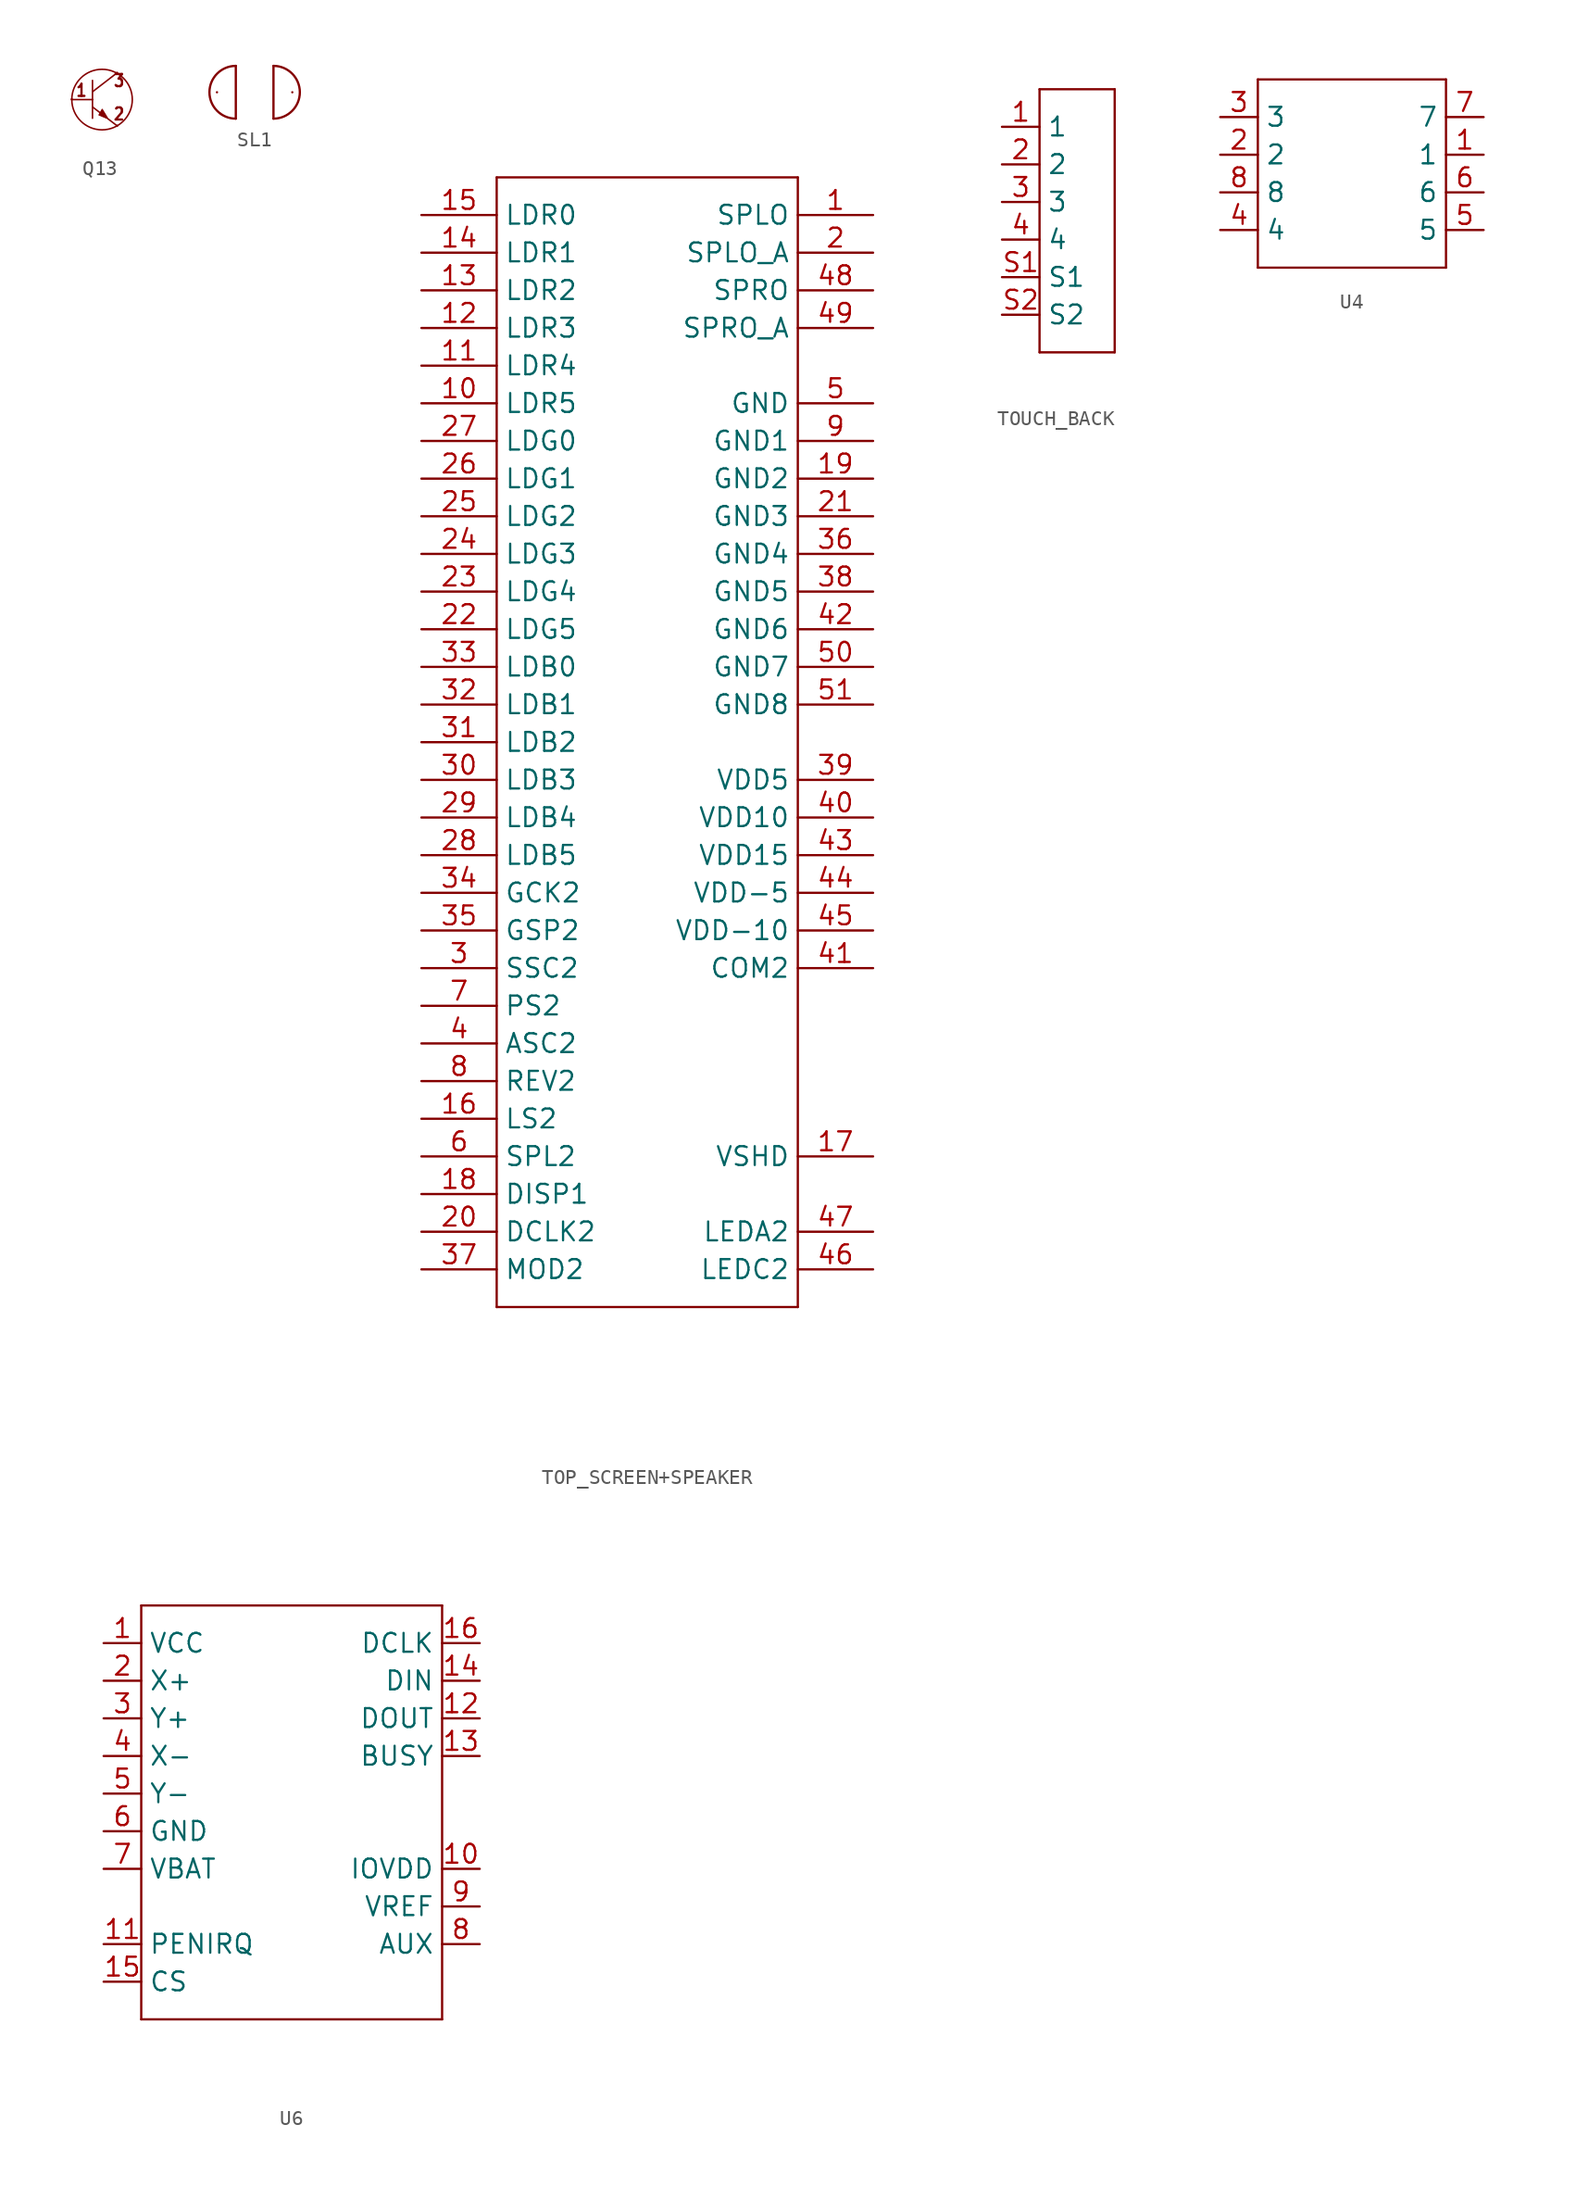
<source format=kicad_sym>
(kicad_symbol_lib
  (version 20231120)
  (generator "kicad_symbol_editor")
  (generator_version "8.0")
  (symbol "Q13"
    (property "Reference" ""
      (at -1.459 2.131 0)
      (effects (font (size 1.016 0.864)) (justify left bottom) (hide yes)))
    (property "Value" ""
      (at -1.79 -3.102 0)
      (effects (font (size 1.016 0.864)) (justify left bottom)))
    (property "ki_locked" ""
      (at 0 0 0)
      (effects (font (size 1.27 1.27))))
    (symbol "Q13_1_0"
      (polyline (pts (xy -0.635 -0.508) (xy -0.635 -1.27)) (stroke (width 0.102) (type solid)) (fill (type none)))
      (polyline (pts (xy -0.635 -0.508) (xy 1.016 -1.778)) (stroke (width 0.102) (type solid)) (fill (type none)))
      (polyline (pts (xy -0.635 -0.016) (xy -1.981 -0.016)) (stroke (width 0.102) (type solid)) (fill (type none)))
      (polyline (pts (xy -0.635 -0.016) (xy -0.635 -0.508)) (stroke (width 0.102) (type solid)) (fill (type none)))
      (polyline (pts (xy -0.635 0.508) (xy -0.635 -0.016)) (stroke (width 0.102) (type solid)) (fill (type none)))
      (polyline (pts (xy -0.635 0.508) (xy 1.016 1.778)) (stroke (width 0.102) (type solid)) (fill (type none)))
      (polyline (pts (xy -0.635 1.27) (xy -0.635 0.508)) (stroke (width 0.102) (type solid)) (fill (type none)))
      (polyline (pts (xy 0.361 -1.234) (xy 0.017 -0.67) (xy -0.202 -1.05) (xy 0.321 -1.265) (xy 0.357 -1.252)) (stroke (width 0.076) (type solid)) (fill (type outline)))
      (circle (center 0.007 -0.016) (radius 2.032) (stroke (width 0.102) (type solid)) (fill (type none)))
      (text "1" (at -1.804 0.125 0) (effects (font (size 0.813 0.691)) (justify left bottom)))
      (text "2" (at 0.722 -1.461 0) (effects (font (size 0.813 0.691)) (justify left bottom)))
      (text "3" (at 0.722 0.779 0) (effects (font (size 0.813 0.691)) (justify left bottom)))
      (pin bidirectional line (at -2.032 0 0) (length 0) (name "1" (effects (font (size 0 0)))) (number "1" (effects (font (size 0 0)))))
      (pin bidirectional line (at 1.016 -1.778 0) (length 0) (name "2" (effects (font (size 0 0)))) (number "2" (effects (font (size 0 0)))))
      (pin bidirectional line (at 1.016 1.778 0) (length 0) (name "3" (effects (font (size 0 0)))) (number "3" (effects (font (size 0 0)))))))
  (symbol "SL1"
    (property "Reference" ""
      (at -1.309 0.493 0)
      (effects (font (size 1.016 0.864)) (justify left bottom) (hide yes)))
    (property "ki_locked" ""
      (at 0 0 0)
      (effects (font (size 1.27 1.27))))
    (symbol "SL1_1_0"
      (arc (start -1.2698 1.778) (mid -3.0479 0.0001) (end -1.27 -1.778) (stroke (width 0.1524) (type solid)) (fill (type none)))
      (polyline (pts (xy -1.27 -1.778) (xy -1.27 1.778)) (stroke (width 0.152) (type solid)) (fill (type none)))
      (polyline (pts (xy 1.27 1.778) (xy 1.27 -1.778)) (stroke (width 0.152) (type solid)) (fill (type none)))
      (arc (start 1.2698 -1.778) (mid 3.0479 -0.0001) (end 1.27 1.778) (stroke (width 0.1524) (type solid)) (fill (type none)))
      (pin bidirectional line (at -2.54 0 0) (length 0) (name "P$1" (effects (font (size 0 0)))) (number "P$1" (effects (font (size 0 0)))))
      (pin bidirectional line (at 2.54 0 0) (length 0) (name "P$2" (effects (font (size 0 0)))) (number "P$2" (effects (font (size 0 0)))))))
  (symbol "TOP_SCREEN+SPEAKER"
    (property "Reference" ""
      (at -7.62 63.5 0)
      (effects (font (size 1.778 1.511)) (justify left bottom) (hide yes)))
    (property "Value" ""
      (at -7.62 -15.24 0)
      (effects (font (size 1.778 1.511)) (justify left bottom)))
    (property "ki_locked" ""
      (at 0 0 0)
      (effects (font (size 1.27 1.27))))
    (symbol "TOP_SCREEN+SPEAKER_1_0"
      (polyline (pts (xy -7.62 -12.7) (xy 12.7 -12.7)) (stroke (width 0.152) (type solid)) (fill (type none)))
      (polyline (pts (xy -7.62 63.5) (xy -7.62 -12.7)) (stroke (width 0.152) (type solid)) (fill (type none)))
      (polyline (pts (xy 12.7 -12.7) (xy 12.7 63.5)) (stroke (width 0.152) (type solid)) (fill (type none)))
      (polyline (pts (xy 12.7 63.5) (xy -7.62 63.5)) (stroke (width 0.152) (type solid)) (fill (type none)))
      (pin bidirectional line (at 17.78 60.96 180) (length 5.08) (name "SPLO" (effects (font (size 1.27 1.27)))) (number "1" (effects (font (size 1.27 1.27)))))
      (pin bidirectional line (at -12.7 48.26 0) (length 5.08) (name "LDR5" (effects (font (size 1.27 1.27)))) (number "10" (effects (font (size 1.27 1.27)))))
      (pin bidirectional line (at -12.7 50.8 0) (length 5.08) (name "LDR4" (effects (font (size 1.27 1.27)))) (number "11" (effects (font (size 1.27 1.27)))))
      (pin bidirectional line (at -12.7 53.34 0) (length 5.08) (name "LDR3" (effects (font (size 1.27 1.27)))) (number "12" (effects (font (size 1.27 1.27)))))
      (pin bidirectional line (at -12.7 55.88 0) (length 5.08) (name "LDR2" (effects (font (size 1.27 1.27)))) (number "13" (effects (font (size 1.27 1.27)))))
      (pin bidirectional line (at -12.7 58.42 0) (length 5.08) (name "LDR1" (effects (font (size 1.27 1.27)))) (number "14" (effects (font (size 1.27 1.27)))))
      (pin bidirectional line (at -12.7 60.96 0) (length 5.08) (name "LDR0" (effects (font (size 1.27 1.27)))) (number "15" (effects (font (size 1.27 1.27)))))
      (pin bidirectional line (at -12.7 0 0) (length 5.08) (name "LS2" (effects (font (size 1.27 1.27)))) (number "16" (effects (font (size 1.27 1.27)))))
      (pin bidirectional line (at 17.78 -2.54 180) (length 5.08) (name "VSHD" (effects (font (size 1.27 1.27)))) (number "17" (effects (font (size 1.27 1.27)))))
      (pin bidirectional line (at -12.7 -5.08 0) (length 5.08) (name "DISP1" (effects (font (size 1.27 1.27)))) (number "18" (effects (font (size 1.27 1.27)))))
      (pin bidirectional line (at 17.78 43.18 180) (length 5.08) (name "GND2" (effects (font (size 1.27 1.27)))) (number "19" (effects (font (size 1.27 1.27)))))
      (pin bidirectional line (at 17.78 58.42 180) (length 5.08) (name "SPLO_A" (effects (font (size 1.27 1.27)))) (number "2" (effects (font (size 1.27 1.27)))))
      (pin bidirectional line (at -12.7 -7.62 0) (length 5.08) (name "DCLK2" (effects (font (size 1.27 1.27)))) (number "20" (effects (font (size 1.27 1.27)))))
      (pin bidirectional line (at 17.78 40.64 180) (length 5.08) (name "GND3" (effects (font (size 1.27 1.27)))) (number "21" (effects (font (size 1.27 1.27)))))
      (pin bidirectional line (at -12.7 33.02 0) (length 5.08) (name "LDG5" (effects (font (size 1.27 1.27)))) (number "22" (effects (font (size 1.27 1.27)))))
      (pin bidirectional line (at -12.7 35.56 0) (length 5.08) (name "LDG4" (effects (font (size 1.27 1.27)))) (number "23" (effects (font (size 1.27 1.27)))))
      (pin bidirectional line (at -12.7 38.1 0) (length 5.08) (name "LDG3" (effects (font (size 1.27 1.27)))) (number "24" (effects (font (size 1.27 1.27)))))
      (pin bidirectional line (at -12.7 40.64 0) (length 5.08) (name "LDG2" (effects (font (size 1.27 1.27)))) (number "25" (effects (font (size 1.27 1.27)))))
      (pin bidirectional line (at -12.7 43.18 0) (length 5.08) (name "LDG1" (effects (font (size 1.27 1.27)))) (number "26" (effects (font (size 1.27 1.27)))))
      (pin bidirectional line (at -12.7 45.72 0) (length 5.08) (name "LDG0" (effects (font (size 1.27 1.27)))) (number "27" (effects (font (size 1.27 1.27)))))
      (pin bidirectional line (at -12.7 17.78 0) (length 5.08) (name "LDB5" (effects (font (size 1.27 1.27)))) (number "28" (effects (font (size 1.27 1.27)))))
      (pin bidirectional line (at -12.7 20.32 0) (length 5.08) (name "LDB4" (effects (font (size 1.27 1.27)))) (number "29" (effects (font (size 1.27 1.27)))))
      (pin bidirectional line (at -12.7 10.16 0) (length 5.08) (name "SSC2" (effects (font (size 1.27 1.27)))) (number "3" (effects (font (size 1.27 1.27)))))
      (pin bidirectional line (at -12.7 22.86 0) (length 5.08) (name "LDB3" (effects (font (size 1.27 1.27)))) (number "30" (effects (font (size 1.27 1.27)))))
      (pin bidirectional line (at -12.7 25.4 0) (length 5.08) (name "LDB2" (effects (font (size 1.27 1.27)))) (number "31" (effects (font (size 1.27 1.27)))))
      (pin bidirectional line (at -12.7 27.94 0) (length 5.08) (name "LDB1" (effects (font (size 1.27 1.27)))) (number "32" (effects (font (size 1.27 1.27)))))
      (pin bidirectional line (at -12.7 30.48 0) (length 5.08) (name "LDB0" (effects (font (size 1.27 1.27)))) (number "33" (effects (font (size 1.27 1.27)))))
      (pin bidirectional line (at -12.7 15.24 0) (length 5.08) (name "GCK2" (effects (font (size 1.27 1.27)))) (number "34" (effects (font (size 1.27 1.27)))))
      (pin bidirectional line (at -12.7 12.7 0) (length 5.08) (name "GSP2" (effects (font (size 1.27 1.27)))) (number "35" (effects (font (size 1.27 1.27)))))
      (pin bidirectional line (at 17.78 38.1 180) (length 5.08) (name "GND4" (effects (font (size 1.27 1.27)))) (number "36" (effects (font (size 1.27 1.27)))))
      (pin bidirectional line (at -12.7 -10.16 0) (length 5.08) (name "MOD2" (effects (font (size 1.27 1.27)))) (number "37" (effects (font (size 1.27 1.27)))))
      (pin bidirectional line (at 17.78 35.56 180) (length 5.08) (name "GND5" (effects (font (size 1.27 1.27)))) (number "38" (effects (font (size 1.27 1.27)))))
      (pin bidirectional line (at 17.78 22.86 180) (length 5.08) (name "VDD5" (effects (font (size 1.27 1.27)))) (number "39" (effects (font (size 1.27 1.27)))))
      (pin bidirectional line (at -12.7 5.08 0) (length 5.08) (name "ASC2" (effects (font (size 1.27 1.27)))) (number "4" (effects (font (size 1.27 1.27)))))
      (pin bidirectional line (at 17.78 20.32 180) (length 5.08) (name "VDD10" (effects (font (size 1.27 1.27)))) (number "40" (effects (font (size 1.27 1.27)))))
      (pin bidirectional line (at 17.78 10.16 180) (length 5.08) (name "COM2" (effects (font (size 1.27 1.27)))) (number "41" (effects (font (size 1.27 1.27)))))
      (pin bidirectional line (at 17.78 33.02 180) (length 5.08) (name "GND6" (effects (font (size 1.27 1.27)))) (number "42" (effects (font (size 1.27 1.27)))))
      (pin bidirectional line (at 17.78 17.78 180) (length 5.08) (name "VDD15" (effects (font (size 1.27 1.27)))) (number "43" (effects (font (size 1.27 1.27)))))
      (pin bidirectional line (at 17.78 15.24 180) (length 5.08) (name "VDD-5" (effects (font (size 1.27 1.27)))) (number "44" (effects (font (size 1.27 1.27)))))
      (pin bidirectional line (at 17.78 12.7 180) (length 5.08) (name "VDD-10" (effects (font (size 1.27 1.27)))) (number "45" (effects (font (size 1.27 1.27)))))
      (pin bidirectional line (at 17.78 -10.16 180) (length 5.08) (name "LEDC2" (effects (font (size 1.27 1.27)))) (number "46" (effects (font (size 1.27 1.27)))))
      (pin bidirectional line (at 17.78 -7.62 180) (length 5.08) (name "LEDA2" (effects (font (size 1.27 1.27)))) (number "47" (effects (font (size 1.27 1.27)))))
      (pin bidirectional line (at 17.78 55.88 180) (length 5.08) (name "SPRO" (effects (font (size 1.27 1.27)))) (number "48" (effects (font (size 1.27 1.27)))))
      (pin bidirectional line (at 17.78 53.34 180) (length 5.08) (name "SPRO_A" (effects (font (size 1.27 1.27)))) (number "49" (effects (font (size 1.27 1.27)))))
      (pin bidirectional line (at 17.78 48.26 180) (length 5.08) (name "GND" (effects (font (size 1.27 1.27)))) (number "5" (effects (font (size 1.27 1.27)))))
      (pin bidirectional line (at 17.78 30.48 180) (length 5.08) (name "GND7" (effects (font (size 1.27 1.27)))) (number "50" (effects (font (size 1.27 1.27)))))
      (pin bidirectional line (at 17.78 27.94 180) (length 5.08) (name "GND8" (effects (font (size 1.27 1.27)))) (number "51" (effects (font (size 1.27 1.27)))))
      (pin bidirectional line (at -12.7 -2.54 0) (length 5.08) (name "SPL2" (effects (font (size 1.27 1.27)))) (number "6" (effects (font (size 1.27 1.27)))))
      (pin bidirectional line (at -12.7 7.62 0) (length 5.08) (name "PS2" (effects (font (size 1.27 1.27)))) (number "7" (effects (font (size 1.27 1.27)))))
      (pin bidirectional line (at -12.7 2.54 0) (length 5.08) (name "REV2" (effects (font (size 1.27 1.27)))) (number "8" (effects (font (size 1.27 1.27)))))
      (pin bidirectional line (at 17.78 45.72 180) (length 5.08) (name "GND1" (effects (font (size 1.27 1.27)))) (number "9" (effects (font (size 1.27 1.27)))))))
  (symbol "TOUCH_BACK"
    (property "Reference" ""
      (at -2.54 2.54 0)
      (effects (font (size 1.27 1.079)) (justify left bottom) (hide yes)))
    (property "Value" ""
      (at -2.729 -16.737 0)
      (effects (font (size 1.27 1.079)) (justify left bottom)))
    (property "ki_locked" ""
      (at 0 0 0)
      (effects (font (size 1.27 1.27))))
    (symbol "TOUCH_BACK_1_0"
      (polyline (pts (xy -2.54 -15.24) (xy 2.54 -15.24)) (stroke (width 0.152) (type solid)) (fill (type none)))
      (polyline (pts (xy -2.54 0) (xy -2.54 -15.24)) (stroke (width 0.152) (type solid)) (fill (type none)))
      (polyline (pts (xy -2.54 2.54) (xy -2.54 0)) (stroke (width 0.152) (type solid)) (fill (type none)))
      (polyline (pts (xy 2.54 -15.24) (xy 2.54 2.54)) (stroke (width 0.152) (type solid)) (fill (type none)))
      (polyline (pts (xy 2.54 2.54) (xy -2.54 2.54)) (stroke (width 0.152) (type solid)) (fill (type none)))
      (pin bidirectional line (at -5.08 0 0) (length 2.54) (name "1" (effects (font (size 1.27 1.27)))) (number "1" (effects (font (size 1.27 1.27)))))
      (pin bidirectional line (at -5.08 -2.54 0) (length 2.54) (name "2" (effects (font (size 1.27 1.27)))) (number "2" (effects (font (size 1.27 1.27)))))
      (pin bidirectional line (at -5.08 -5.08 0) (length 2.54) (name "3" (effects (font (size 1.27 1.27)))) (number "3" (effects (font (size 1.27 1.27)))))
      (pin bidirectional line (at -5.08 -7.62 0) (length 2.54) (name "4" (effects (font (size 1.27 1.27)))) (number "4" (effects (font (size 1.27 1.27)))))
      (pin bidirectional line (at -5.08 -10.16 0) (length 2.54) (name "S1" (effects (font (size 1.27 1.27)))) (number "S1" (effects (font (size 1.27 1.27)))))
      (pin bidirectional line (at -5.08 -12.7 0) (length 2.54) (name "S2" (effects (font (size 1.27 1.27)))) (number "S2" (effects (font (size 1.27 1.27)))))))
  (symbol "U4"
    (property "Reference" ""
      (at -5.08 7.62 0)
      (effects (font (size 1.778 1.511)) (justify left bottom) (hide yes)))
    (property "ki_locked" ""
      (at 0 0 0)
      (effects (font (size 1.27 1.27))))
    (symbol "U4_1_0"
      (polyline (pts (xy -5.08 -5.08) (xy 7.62 -5.08)) (stroke (width 0.152) (type solid)) (fill (type none)))
      (polyline (pts (xy -5.08 7.62) (xy -5.08 -5.08)) (stroke (width 0.152) (type solid)) (fill (type none)))
      (polyline (pts (xy 7.62 -5.08) (xy 7.62 7.62)) (stroke (width 0.152) (type solid)) (fill (type none)))
      (polyline (pts (xy 7.62 7.62) (xy -5.08 7.62)) (stroke (width 0.152) (type solid)) (fill (type none)))
      (pin bidirectional line (at 10.16 2.54 180) (length 2.54) (name "1" (effects (font (size 1.27 1.27)))) (number "1" (effects (font (size 1.27 1.27)))))
      (pin bidirectional line (at -7.62 2.54 0) (length 2.54) (name "2" (effects (font (size 1.27 1.27)))) (number "2" (effects (font (size 1.27 1.27)))))
      (pin bidirectional line (at -7.62 5.08 0) (length 2.54) (name "3" (effects (font (size 1.27 1.27)))) (number "3" (effects (font (size 1.27 1.27)))))
      (pin bidirectional line (at -7.62 -2.54 0) (length 2.54) (name "4" (effects (font (size 1.27 1.27)))) (number "4" (effects (font (size 1.27 1.27)))))
      (pin bidirectional line (at 10.16 -2.54 180) (length 2.54) (name "5" (effects (font (size 1.27 1.27)))) (number "5" (effects (font (size 1.27 1.27)))))
      (pin bidirectional line (at 10.16 0 180) (length 2.54) (name "6" (effects (font (size 1.27 1.27)))) (number "6" (effects (font (size 1.27 1.27)))))
      (pin bidirectional line (at 10.16 5.08 180) (length 2.54) (name "7" (effects (font (size 1.27 1.27)))) (number "7" (effects (font (size 1.27 1.27)))))
      (pin bidirectional line (at -7.62 0 0) (length 2.54) (name "8" (effects (font (size 1.27 1.27)))) (number "8" (effects (font (size 1.27 1.27)))))))
  (symbol "U6"
    (property "Reference" ""
      (at 2.54 5.08 0)
      (effects (font (size 1.778 1.511)) (justify left bottom) (hide yes)))
    (property "Value" ""
      (at 0 -25.4 0)
      (effects (font (size 1.778 1.511)) (justify left bottom)))
    (property "ki_locked" ""
      (at 0 0 0)
      (effects (font (size 1.27 1.27))))
    (symbol "U6_1_0"
      (polyline (pts (xy -2.54 -22.86) (xy 17.78 -22.86)) (stroke (width 0.152) (type solid)) (fill (type none)))
      (polyline (pts (xy -2.54 5.08) (xy -2.54 -22.86)) (stroke (width 0.152) (type solid)) (fill (type none)))
      (polyline (pts (xy 17.78 -22.86) (xy 17.78 5.08)) (stroke (width 0.152) (type solid)) (fill (type none)))
      (polyline (pts (xy 17.78 5.08) (xy -2.54 5.08)) (stroke (width 0.152) (type solid)) (fill (type none)))
      (pin bidirectional line (at -5.08 2.54 0) (length 2.54) (name "VCC" (effects (font (size 1.27 1.27)))) (number "1" (effects (font (size 1.27 1.27)))))
      (pin bidirectional line (at 20.32 -12.7 180) (length 2.54) (name "IOVDD" (effects (font (size 1.27 1.27)))) (number "10" (effects (font (size 1.27 1.27)))))
      (pin bidirectional line (at -5.08 -17.78 0) (length 2.54) (name "PENIRQ" (effects (font (size 1.27 1.27)))) (number "11" (effects (font (size 1.27 1.27)))))
      (pin bidirectional line (at 20.32 -2.54 180) (length 2.54) (name "DOUT" (effects (font (size 1.27 1.27)))) (number "12" (effects (font (size 1.27 1.27)))))
      (pin bidirectional line (at 20.32 -5.08 180) (length 2.54) (name "BUSY" (effects (font (size 1.27 1.27)))) (number "13" (effects (font (size 1.27 1.27)))))
      (pin bidirectional line (at 20.32 0 180) (length 2.54) (name "DIN" (effects (font (size 1.27 1.27)))) (number "14" (effects (font (size 1.27 1.27)))))
      (pin bidirectional line (at -5.08 -20.32 0) (length 2.54) (name "CS" (effects (font (size 1.27 1.27)))) (number "15" (effects (font (size 1.27 1.27)))))
      (pin bidirectional line (at 20.32 2.54 180) (length 2.54) (name "DCLK" (effects (font (size 1.27 1.27)))) (number "16" (effects (font (size 1.27 1.27)))))
      (pin bidirectional line (at -5.08 0 0) (length 2.54) (name "X+" (effects (font (size 1.27 1.27)))) (number "2" (effects (font (size 1.27 1.27)))))
      (pin bidirectional line (at -5.08 -2.54 0) (length 2.54) (name "Y+" (effects (font (size 1.27 1.27)))) (number "3" (effects (font (size 1.27 1.27)))))
      (pin bidirectional line (at -5.08 -5.08 0) (length 2.54) (name "X-" (effects (font (size 1.27 1.27)))) (number "4" (effects (font (size 1.27 1.27)))))
      (pin bidirectional line (at -5.08 -7.62 0) (length 2.54) (name "Y-" (effects (font (size 1.27 1.27)))) (number "5" (effects (font (size 1.27 1.27)))))
      (pin bidirectional line (at -5.08 -10.16 0) (length 2.54) (name "GND" (effects (font (size 1.27 1.27)))) (number "6" (effects (font (size 1.27 1.27)))))
      (pin bidirectional line (at -5.08 -12.7 0) (length 2.54) (name "VBAT" (effects (font (size 1.27 1.27)))) (number "7" (effects (font (size 1.27 1.27)))))
      (pin bidirectional line (at 20.32 -17.78 180) (length 2.54) (name "AUX" (effects (font (size 1.27 1.27)))) (number "8" (effects (font (size 1.27 1.27)))))
      (pin bidirectional line (at 20.32 -15.24 180) (length 2.54) (name "VREF" (effects (font (size 1.27 1.27)))) (number "9" (effects (font (size 1.27 1.27))))))))
</source>
